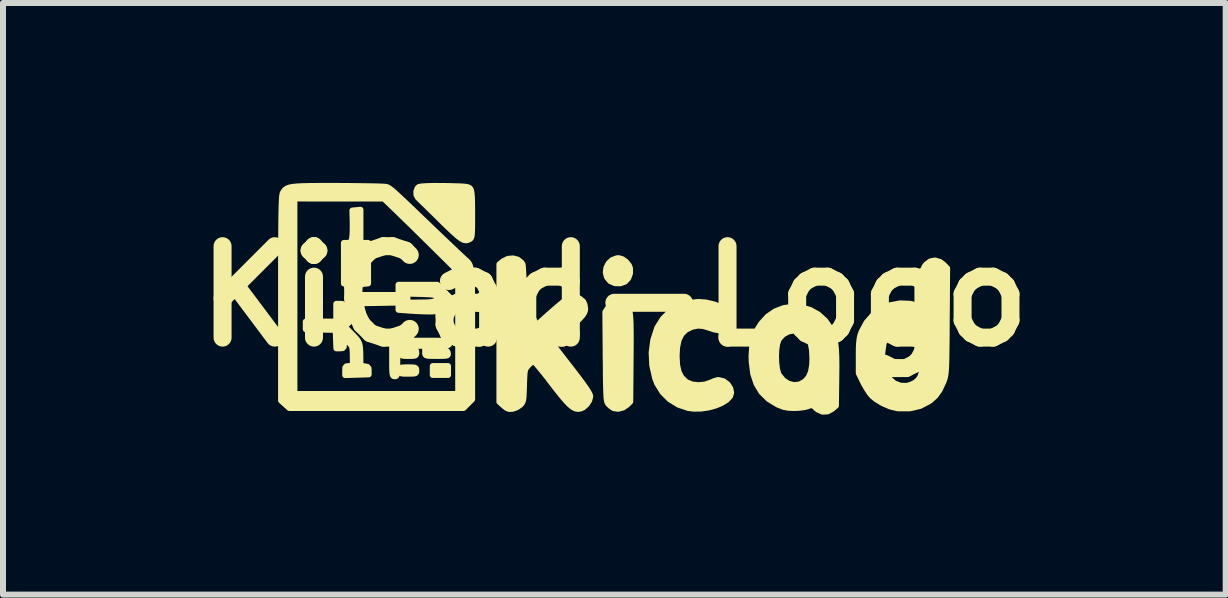
<source format=kicad_pcb>
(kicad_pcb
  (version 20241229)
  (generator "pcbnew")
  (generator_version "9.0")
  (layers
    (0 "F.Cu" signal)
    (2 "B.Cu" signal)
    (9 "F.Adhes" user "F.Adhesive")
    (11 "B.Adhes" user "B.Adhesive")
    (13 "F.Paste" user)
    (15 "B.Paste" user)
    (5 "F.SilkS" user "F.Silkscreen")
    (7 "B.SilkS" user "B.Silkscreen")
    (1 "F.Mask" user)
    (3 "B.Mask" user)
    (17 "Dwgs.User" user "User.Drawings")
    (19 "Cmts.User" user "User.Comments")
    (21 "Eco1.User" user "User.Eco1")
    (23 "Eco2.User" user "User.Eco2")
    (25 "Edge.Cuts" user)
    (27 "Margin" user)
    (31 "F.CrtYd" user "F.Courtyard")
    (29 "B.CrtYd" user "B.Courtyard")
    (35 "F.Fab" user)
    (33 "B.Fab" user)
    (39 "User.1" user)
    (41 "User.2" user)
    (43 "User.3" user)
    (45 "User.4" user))
  (footprint "KiCad-Logo"
    (layer "F.Cu")
    (at 7.192 1.889)
    (property "Reference" "KiCad-Logo" (at 0 0 0) (layer "F.SilkS") (effects (font (size 1.524 1.524) (thickness 0.3))))
    (attr through_hole)
    (fp_poly (pts (xy -2.773 1.312) (xy -2.9 1.312) (xy -3.027 1.312) (xy -3.027 1.238) (xy -3.027 1.164) (xy -2.9 1.164) (xy -2.773 1.164) (xy -2.773 1.238) (xy -2.773 1.312)) (stroke (width 0.1) (type solid)) (fill yes) (layer "F.SilkS"))
    (fp_poly (pts (xy 0.261 -0.467) (xy 0.261 -0.381) (xy 0.231 -0.301) (xy 0.179 -0.245) (xy 0.1 -0.216) (xy 0.012 -0.218) (xy -0.065 -0.251) (xy -0.07 -0.255) (xy -0.123 -0.319) (xy -0.143 -0.396) (xy -0.133 -0.474) (xy -0.097 -0.546) (xy -0.038 -0.602) (xy 0.039 -0.632) (xy 0.073 -0.635) (xy 0.134 -0.617) (xy 0.196 -0.572) (xy 0.243 -0.513) (xy 0.261 -0.467)) (stroke (width 0.1) (type solid)) (fill yes) (layer "F.SilkS"))
    (fp_poly (pts (xy -2.775 0.97) (xy -2.785 0.984) (xy -2.812 0.991) (xy -2.866 0.994) (xy -2.953 0.995) (xy -2.962 0.995) (xy -3.052 0.994) (xy -3.109 0.992) (xy -3.139 0.984) (xy -3.151 0.97) (xy -3.154 0.947) (xy -3.154 0.941) (xy -3.154 0.887) (xy -2.969 0.893) (xy -2.88 0.897) (xy -2.824 0.903) (xy -2.794 0.912) (xy -2.781 0.928) (xy -2.777 0.947) (xy -2.775 0.97)) (stroke (width 0.1) (type solid)) (fill yes) (layer "F.SilkS"))
    (fp_poly (pts (xy -3.302 0.942) (xy -3.305 0.971) (xy -3.319 0.987) (xy -3.356 0.994) (xy -3.425 0.995) (xy -3.429 0.995) (xy -3.499 0.994) (xy -3.537 0.988) (xy -3.553 0.972) (xy -3.556 0.944) (xy -3.556 0.942) (xy -3.553 0.913) (xy -3.539 0.897) (xy -3.502 0.89) (xy -3.433 0.889) (xy -3.429 0.889) (xy -3.359 0.89) (xy -3.321 0.896) (xy -3.305 0.912) (xy -3.302 0.94) (xy -3.302 0.942)) (stroke (width 0.1) (type solid)) (fill yes) (layer "F.SilkS"))
    (fp_poly (pts (xy -3.302 1.238) (xy -3.304 1.267) (xy -3.318 1.283) (xy -3.352 1.289) (xy -3.417 1.291) (xy -3.44 1.291) (xy -3.514 1.29) (xy -3.555 1.285) (xy -3.573 1.272) (xy -3.577 1.247) (xy -3.577 1.238) (xy -3.575 1.21) (xy -3.561 1.194) (xy -3.527 1.187) (xy -3.462 1.185) (xy -3.44 1.185) (xy -3.366 1.186) (xy -3.324 1.191) (xy -3.306 1.205) (xy -3.302 1.23) (xy -3.302 1.238)) (stroke (width 0.1) (type solid)) (fill yes) (layer "F.SilkS"))
    (fp_poly (pts (xy -2.752 0.783) (xy -2.753 0.797) (xy -2.762 0.808) (xy -2.783 0.816) (xy -2.821 0.821) (xy -2.882 0.824) (xy -2.972 0.825) (xy -3.096 0.825) (xy -3.186 0.826) (xy -3.619 0.826) (xy -3.619 1.079) (xy -3.62 1.187) (xy -3.622 1.259) (xy -3.627 1.302) (xy -3.635 1.325) (xy -3.649 1.333) (xy -3.662 1.333) (xy -3.679 1.331) (xy -3.69 1.32) (xy -3.698 1.294) (xy -3.702 1.246) (xy -3.704 1.17) (xy -3.704 1.059) (xy -3.704 1.037) (xy -3.704 0.741) (xy -3.228 0.741) (xy -3.074 0.741) (xy -2.958 0.742) (xy -2.873 0.743) (xy -2.816 0.747) (xy -2.78 0.752) (xy -2.761 0.759) (xy -2.753 0.77) (xy -2.752 0.783)) (stroke (width 0.1) (type solid)) (fill yes) (layer "F.SilkS"))
    (fp_poly (pts (xy 0.273 0.715) (xy 0.272 0.905) (xy 0.271 1.028) (xy 0.265 1.756) (xy 0.212 1.809) (xy 0.142 1.856) (xy 0.062 1.876) (xy -0.011 1.865) (xy -0.056 1.835) (xy -0.095 1.799) (xy -0.106 1.785) (xy -0.116 1.767) (xy -0.123 1.741) (xy -0.129 1.702) (xy -0.133 1.646) (xy -0.136 1.568) (xy -0.139 1.465) (xy -0.141 1.332) (xy -0.142 1.164) (xy -0.144 1.007) (xy -0.15 0.263) (xy -0.101 0.191) (xy -0.035 0.122) (xy 0.04 0.093) (xy 0.123 0.106) (xy 0.141 0.114) (xy 0.176 0.132) (xy 0.204 0.152) (xy 0.226 0.179) (xy 0.243 0.217) (xy 0.256 0.27) (xy 0.264 0.342) (xy 0.27 0.437) (xy 0.272 0.56) (xy 0.273 0.715)) (stroke (width 0.1) (type solid)) (fill yes) (layer "F.SilkS"))
    (fp_poly (pts (xy -2.371 -1.362) (xy -2.371 -1.225) (xy -2.372 -1.124) (xy -2.375 -1.053) (xy -2.38 -1.006) (xy -2.388 -0.978) (xy -2.399 -0.962) (xy -2.412 -0.953) (xy -2.445 -0.938) (xy -2.477 -0.933) (xy -2.513 -0.94) (xy -2.556 -0.964) (xy -2.611 -1.005) (xy -2.682 -1.068) (xy -2.774 -1.155) (xy -2.892 -1.27) (xy -2.897 -1.275) (xy -2.998 -1.375) (xy -3.09 -1.465) (xy -3.168 -1.542) (xy -3.228 -1.6) (xy -3.265 -1.636) (xy -3.274 -1.644) (xy -3.299 -1.69) (xy -3.301 -1.748) (xy -3.281 -1.8) (xy -3.259 -1.821) (xy -3.217 -1.83) (xy -3.135 -1.836) (xy -3.014 -1.839) (xy -2.854 -1.838) (xy -2.823 -1.838) (xy -2.684 -1.835) (xy -2.581 -1.832) (xy -2.509 -1.828) (xy -2.46 -1.822) (xy -2.43 -1.813) (xy -2.411 -1.802) (xy -2.401 -1.79) (xy -2.389 -1.765) (xy -2.381 -1.721) (xy -2.375 -1.653) (xy -2.372 -1.556) (xy -2.371 -1.424) (xy -2.371 -1.362)) (stroke (width 0.1) (type solid)) (fill yes) (layer "F.SilkS"))
    (fp_poly (pts (xy 1.947 1.609) (xy 1.927 1.67) (xy 1.872 1.727) (xy 1.789 1.779) (xy 1.686 1.822) (xy 1.569 1.854) (xy 1.445 1.872) (xy 1.323 1.874) (xy 1.23 1.862) (xy 1.068 1.807) (xy 0.924 1.718) (xy 0.804 1.598) (xy 0.714 1.453) (xy 0.68 1.365) (xy 0.632 1.152) (xy 0.622 0.938) (xy 0.649 0.73) (xy 0.712 0.536) (xy 0.722 0.515) (xy 0.812 0.373) (xy 0.931 0.256) (xy 1.073 0.169) (xy 1.231 0.114) (xy 1.4 0.095) (xy 1.524 0.104) (xy 1.667 0.137) (xy 1.784 0.185) (xy 1.869 0.244) (xy 1.922 0.311) (xy 1.94 0.384) (xy 1.92 0.458) (xy 1.873 0.52) (xy 1.819 0.558) (xy 1.754 0.569) (xy 1.668 0.554) (xy 1.593 0.529) (xy 1.484 0.496) (xy 1.393 0.489) (xy 1.301 0.507) (xy 1.289 0.511) (xy 1.191 0.559) (xy 1.12 0.63) (xy 1.071 0.728) (xy 1.045 0.858) (xy 1.038 0.996) (xy 1.046 1.146) (xy 1.072 1.264) (xy 1.119 1.354) (xy 1.189 1.423) (xy 1.204 1.434) (xy 1.291 1.47) (xy 1.398 1.483) (xy 1.509 1.473) (xy 1.609 1.439) (xy 1.67 1.413) (xy 1.722 1.398) (xy 1.734 1.397) (xy 1.817 1.416) (xy 1.887 1.467) (xy 1.934 1.539) (xy 1.947 1.609)) (stroke (width 0.1) (type solid)) (fill yes) (layer "F.SilkS"))
    (fp_poly (pts (xy 3.702 1.159) (xy 3.7 1.35) (xy 3.7 1.359) (xy 3.694 1.824) (xy 3.634 1.875) (xy 3.554 1.92) (xy 3.471 1.924) (xy 3.391 1.888) (xy 3.363 1.864) (xy 3.322 1.825) (xy 3.302 1.818) (xy 3.302 1.039) (xy 3.295 0.894) (xy 3.274 0.782) (xy 3.236 0.697) (xy 3.182 0.635) (xy 3.096 0.585) (xy 2.999 0.57) (xy 2.901 0.587) (xy 2.813 0.635) (xy 2.744 0.711) (xy 2.737 0.724) (xy 2.714 0.793) (xy 2.7 0.889) (xy 2.695 1.001) (xy 2.699 1.114) (xy 2.712 1.216) (xy 2.733 1.294) (xy 2.742 1.312) (xy 2.813 1.4) (xy 2.9 1.458) (xy 2.995 1.482) (xy 3.09 1.471) (xy 3.176 1.424) (xy 3.181 1.419) (xy 3.24 1.351) (xy 3.278 1.262) (xy 3.298 1.147) (xy 3.302 1.039) (xy 3.302 1.818) (xy 3.29 1.813) (xy 3.25 1.823) (xy 3.228 1.832) (xy 3.168 1.848) (xy 3.083 1.859) (xy 3.001 1.863) (xy 2.902 1.859) (xy 2.823 1.844) (xy 2.742 1.813) (xy 2.718 1.802) (xy 2.571 1.712) (xy 2.455 1.598) (xy 2.37 1.458) (xy 2.315 1.29) (xy 2.29 1.092) (xy 2.287 0.995) (xy 2.299 0.823) (xy 2.333 0.677) (xy 2.395 0.542) (xy 2.449 0.457) (xy 2.558 0.337) (xy 2.685 0.251) (xy 2.826 0.197) (xy 2.974 0.176) (xy 3.123 0.187) (xy 3.266 0.229) (xy 3.399 0.303) (xy 3.514 0.407) (xy 3.607 0.54) (xy 3.615 0.556) (xy 3.644 0.622) (xy 3.666 0.694) (xy 3.683 0.778) (xy 3.694 0.879) (xy 3.7 1.004) (xy 3.702 1.159)) (stroke (width 0.1) (type solid)) (fill yes) (layer "F.SilkS"))
    (fp_poly (pts (xy -0.402 1.672) (xy -0.42 1.738) (xy -0.464 1.804) (xy -0.522 1.854) (xy -0.561 1.871) (xy -0.604 1.878) (xy -0.646 1.871) (xy -0.691 1.849) (xy -0.743 1.807) (xy -0.805 1.743) (xy -0.882 1.653) (xy -0.977 1.533) (xy -1.038 1.454) (xy -1.121 1.345) (xy -1.198 1.249) (xy -1.262 1.171) (xy -1.311 1.114) (xy -1.34 1.084) (xy -1.345 1.08) (xy -1.372 1.094) (xy -1.414 1.129) (xy -1.433 1.148) (xy -1.46 1.178) (xy -1.479 1.205) (xy -1.491 1.239) (xy -1.498 1.288) (xy -1.502 1.361) (xy -1.506 1.466) (xy -1.506 1.486) (xy -1.51 1.598) (xy -1.514 1.676) (xy -1.521 1.729) (xy -1.532 1.763) (xy -1.548 1.789) (xy -1.567 1.81) (xy -1.627 1.851) (xy -1.696 1.876) (xy -1.697 1.876) (xy -1.752 1.879) (xy -1.797 1.862) (xy -1.844 1.824) (xy -1.916 1.76) (xy -1.916 0.614) (xy -1.916 -0.533) (xy -1.852 -0.584) (xy -1.775 -0.623) (xy -1.691 -0.631) (xy -1.612 -0.611) (xy -1.55 -0.563) (xy -1.531 -0.533) (xy -1.526 -0.503) (xy -1.521 -0.437) (xy -1.516 -0.34) (xy -1.511 -0.218) (xy -1.507 -0.077) (xy -1.503 0.076) (xy -1.503 0.082) (xy -1.492 0.662) (xy -1.138 0.342) (xy -1.033 0.249) (xy -0.936 0.165) (xy -0.851 0.095) (xy -0.784 0.043) (xy -0.741 0.013) (xy -0.73 0.009) (xy -0.658 0.009) (xy -0.583 0.037) (xy -0.524 0.085) (xy -0.518 0.092) (xy -0.496 0.145) (xy -0.487 0.209) (xy -0.487 0.209) (xy -0.49 0.241) (xy -0.503 0.274) (xy -0.528 0.313) (xy -0.57 0.361) (xy -0.631 0.424) (xy -0.717 0.504) (xy -0.829 0.607) (xy -0.873 0.646) (xy -1.037 0.794) (xy -0.72 1.203) (xy -0.612 1.343) (xy -0.53 1.453) (xy -0.47 1.538) (xy -0.43 1.601) (xy -0.408 1.645) (xy -0.402 1.672)) (stroke (width 0.1) (type solid)) (fill yes) (layer "F.SilkS"))
    (fp_poly (pts (xy 5.548 -0.466) (xy 5.541 0.418) (xy 5.54 0.634) (xy 5.538 0.813) (xy 5.536 0.958) (xy 5.534 1.074) (xy 5.531 1.165) (xy 5.527 1.235) (xy 5.522 1.289) (xy 5.515 1.331) (xy 5.507 1.365) (xy 5.497 1.396) (xy 5.485 1.428) (xy 5.484 1.429) (xy 5.424 1.559) (xy 5.354 1.658) (xy 5.265 1.738) (xy 5.243 1.753) (xy 5.144 1.804) (xy 5.144 0.958) (xy 5.144 0.673) (xy 5.073 0.603) (xy 5.004 0.55) (xy 4.924 0.512) (xy 4.911 0.508) (xy 4.791 0.494) (xy 4.687 0.517) (xy 4.6 0.576) (xy 4.532 0.667) (xy 4.488 0.789) (xy 4.467 0.938) (xy 4.466 0.983) (xy 4.48 1.141) (xy 4.52 1.273) (xy 4.583 1.378) (xy 4.666 1.452) (xy 4.768 1.491) (xy 4.873 1.495) (xy 4.946 1.475) (xy 5.014 1.441) (xy 5.016 1.44) (xy 5.063 1.399) (xy 5.098 1.35) (xy 5.121 1.285) (xy 5.135 1.197) (xy 5.142 1.08) (xy 5.144 0.958) (xy 5.144 1.804) (xy 5.096 1.829) (xy 4.928 1.868) (xy 4.744 1.869) (xy 4.71 1.865) (xy 4.598 1.837) (xy 4.478 1.785) (xy 4.365 1.717) (xy 4.301 1.665) (xy 4.257 1.613) (xy 4.207 1.537) (xy 4.159 1.453) (xy 4.152 1.439) (xy 4.075 1.281) (xy 4.075 0.995) (xy 4.076 0.872) (xy 4.08 0.781) (xy 4.088 0.713) (xy 4.1 0.656) (xy 4.119 0.601) (xy 4.123 0.591) (xy 4.206 0.437) (xy 4.317 0.31) (xy 4.451 0.214) (xy 4.602 0.149) (xy 4.765 0.119) (xy 4.933 0.126) (xy 5.085 0.167) (xy 5.144 0.189) (xy 5.144 -0.136) (xy 5.144 -0.261) (xy 5.145 -0.35) (xy 5.149 -0.412) (xy 5.156 -0.455) (xy 5.167 -0.485) (xy 5.184 -0.51) (xy 5.198 -0.528) (xy 5.267 -0.581) (xy 5.346 -0.596) (xy 5.427 -0.573) (xy 5.485 -0.53) (xy 5.548 -0.466)) (stroke (width 0.1) (type solid)) (fill yes) (layer "F.SilkS"))
    (fp_poly (pts (xy -2.371 0.337) (xy -2.371 0.577) (xy -2.371 0.636) (xy -2.371 1.719) (xy -2.443 1.791) (xy -2.515 1.863) (xy -2.603 1.863) (xy -2.603 1.63) (xy -2.603 0.607) (xy -2.603 -0.415) (xy -3.043 -0.85) (xy -3.166 -0.971) (xy -3.289 -1.093) (xy -3.406 -1.208) (xy -3.512 -1.311) (xy -3.599 -1.396) (xy -3.662 -1.457) (xy -3.842 -1.629) (xy -4.588 -1.629) (xy -5.334 -1.63) (xy -5.334 0) (xy -5.334 1.63) (xy -3.969 1.63) (xy -2.603 1.63) (xy -2.603 1.863) (xy -3.966 1.863) (xy -5.418 1.863) (xy -5.487 1.801) (xy -5.556 1.739) (xy -5.556 0.037) (xy -5.556 -0.28) (xy -5.556 -0.556) (xy -5.555 -0.796) (xy -5.554 -1.001) (xy -5.553 -1.174) (xy -5.551 -1.318) (xy -5.549 -1.435) (xy -5.546 -1.528) (xy -5.543 -1.6) (xy -5.54 -1.653) (xy -5.535 -1.69) (xy -5.53 -1.713) (xy -5.527 -1.721) (xy -5.509 -1.751) (xy -5.488 -1.776) (xy -5.461 -1.795) (xy -5.422 -1.811) (xy -5.368 -1.822) (xy -5.295 -1.83) (xy -5.198 -1.835) (xy -5.074 -1.838) (xy -4.917 -1.839) (xy -4.725 -1.839) (xy -4.611 -1.839) (xy -4.435 -1.838) (xy -4.27 -1.836) (xy -4.122 -1.834) (xy -3.997 -1.832) (xy -3.898 -1.829) (xy -3.833 -1.826) (xy -3.806 -1.823) (xy -3.79 -1.819) (xy -3.772 -1.811) (xy -3.751 -1.798) (xy -3.722 -1.777) (xy -3.684 -1.745) (xy -3.634 -1.7) (xy -3.568 -1.639) (xy -3.483 -1.559) (xy -3.378 -1.459) (xy -3.249 -1.335) (xy -3.092 -1.185) (xy -3.048 -1.142) (xy -2.927 -1.026) (xy -2.812 -0.917) (xy -2.709 -0.819) (xy -2.621 -0.735) (xy -2.554 -0.672) (xy -2.51 -0.631) (xy -2.501 -0.623) (xy -2.473 -0.598) (xy -2.449 -0.576) (xy -2.429 -0.552) (xy -2.413 -0.522) (xy -2.4 -0.484) (xy -2.39 -0.433) (xy -2.383 -0.366) (xy -2.377 -0.28) (xy -2.374 -0.17) (xy -2.372 -0.033) (xy -2.371 0.135) (xy -2.371 0.337)) (stroke (width 0.1) (type solid)) (fill yes) (layer "F.SilkS"))
    (fp_poly (pts (xy -2.73 0.033) (xy -2.842 0.144) (xy -2.901 0.2) (xy -2.944 0.233) (xy -2.946 0.234) (xy -2.946 0.042) (xy -2.953 0.008) (xy -2.955 0.005) (xy -2.972 -0.012) (xy -3.004 -0.023) (xy -3.058 -0.031) (xy -3.141 -0.035) (xy -3.214 -0.038) (xy -3.45 -0.044) (xy -3.45 0.031) (xy -3.45 0.106) (xy -3.233 0.105) (xy -3.12 0.103) (xy -3.042 0.096) (xy -2.992 0.083) (xy -2.974 0.073) (xy -2.946 0.042) (xy -2.946 0.234) (xy -2.985 0.249) (xy -3.037 0.254) (xy -3.082 0.254) (xy -3.165 0.252) (xy -3.271 0.248) (xy -3.379 0.242) (xy -3.405 0.24) (xy -3.598 0.226) (xy -3.598 0.166) (xy -3.598 0.105) (xy -3.921 0.111) (xy -4.244 0.116) (xy -4.245 0.185) (xy -4.251 0.228) (xy -4.274 0.272) (xy -4.32 0.327) (xy -4.371 0.381) (xy -4.497 0.508) (xy -4.372 0.634) (xy -4.314 0.694) (xy -4.276 0.742) (xy -4.253 0.79) (xy -4.241 0.849) (xy -4.236 0.931) (xy -4.235 1.009) (xy -4.233 1.161) (xy -4.165 1.168) (xy -4.117 1.178) (xy -4.098 1.202) (xy -4.096 1.238) (xy -4.096 1.302) (xy -4.292 1.308) (xy -4.487 1.314) (xy -4.487 1.239) (xy -4.484 1.189) (xy -4.466 1.168) (xy -4.424 1.164) (xy -4.36 1.164) (xy -4.36 0.999) (xy -4.362 0.914) (xy -4.367 0.859) (xy -4.381 0.822) (xy -4.405 0.791) (xy -4.42 0.777) (xy -4.468 0.734) (xy -4.495 0.725) (xy -4.507 0.75) (xy -4.508 0.794) (xy -4.512 0.844) (xy -4.53 0.864) (xy -4.571 0.868) (xy -4.634 0.868) (xy -4.64 0.714) (xy -4.646 0.561) (xy -4.895 0.555) (xy -5.144 0.549) (xy -5.144 0.486) (xy -5.144 0.423) (xy -4.889 0.423) (xy -4.636 0.423) (xy -4.636 0.275) (xy -4.636 0.127) (xy -4.572 0.127) (xy -4.531 0.13) (xy -4.513 0.148) (xy -4.509 0.193) (xy -4.508 0.212) (xy -4.504 0.272) (xy -4.488 0.293) (xy -4.456 0.275) (xy -4.428 0.247) (xy -4.406 0.22) (xy -4.392 0.186) (xy -4.385 0.136) (xy -4.382 0.06) (xy -4.381 -0.007) (xy -4.381 -0.212) (xy -4.445 -0.212) (xy -4.508 -0.212) (xy -4.508 -0.55) (xy -4.508 -0.889) (xy -4.447 -0.889) (xy -4.405 -0.895) (xy -4.383 -0.92) (xy -4.372 -0.965) (xy -4.366 -1.02) (xy -4.362 -1.103) (xy -4.362 -1.199) (xy -4.362 -1.234) (xy -4.367 -1.429) (xy -4.3 -1.435) (xy -4.233 -1.442) (xy -4.233 -1.166) (xy -4.233 -0.889) (xy -4.17 -0.889) (xy -4.106 -0.889) (xy -4.106 -0.552) (xy -4.106 -0.214) (xy -4.175 -0.208) (xy -4.219 -0.2) (xy -4.233 -0.186) (xy -4.233 -0.339) (xy -4.233 -0.55) (xy -4.233 -0.762) (xy -4.297 -0.762) (xy -4.36 -0.762) (xy -4.36 -0.55) (xy -4.36 -0.339) (xy -4.297 -0.339) (xy -4.233 -0.339) (xy -4.233 -0.186) (xy -4.24 -0.18) (xy -4.249 -0.134) (xy -4.25 -0.111) (xy -4.257 -0.021) (xy -3.928 -0.021) (xy -3.598 -0.021) (xy -3.598 -0.106) (xy -3.598 -0.191) (xy -3.275 -0.191) (xy -2.951 -0.191) (xy -2.841 -0.079) (xy -2.73 0.033)) (stroke (width 0.1) (type solid)) (fill yes) (layer "F.SilkS")))
  (gr_rect
    (start -3 -3)
    (end 17.384 6.863)
    (stroke (width 0.1) (type default))
    (fill no)
    (layer "Edge.Cuts")))
</source>
